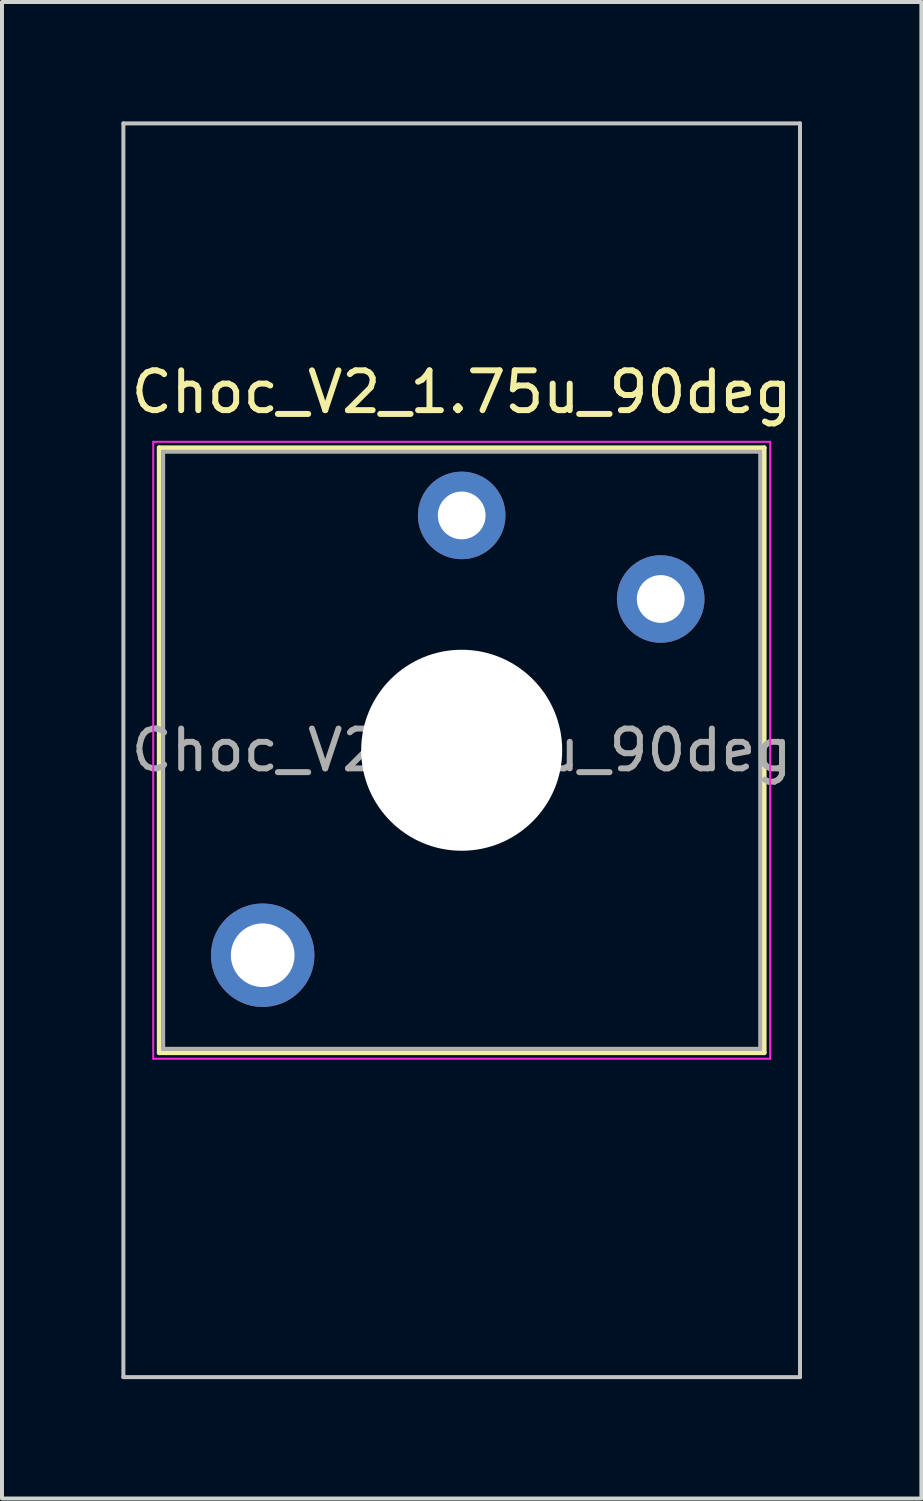
<source format=kicad_pcb>
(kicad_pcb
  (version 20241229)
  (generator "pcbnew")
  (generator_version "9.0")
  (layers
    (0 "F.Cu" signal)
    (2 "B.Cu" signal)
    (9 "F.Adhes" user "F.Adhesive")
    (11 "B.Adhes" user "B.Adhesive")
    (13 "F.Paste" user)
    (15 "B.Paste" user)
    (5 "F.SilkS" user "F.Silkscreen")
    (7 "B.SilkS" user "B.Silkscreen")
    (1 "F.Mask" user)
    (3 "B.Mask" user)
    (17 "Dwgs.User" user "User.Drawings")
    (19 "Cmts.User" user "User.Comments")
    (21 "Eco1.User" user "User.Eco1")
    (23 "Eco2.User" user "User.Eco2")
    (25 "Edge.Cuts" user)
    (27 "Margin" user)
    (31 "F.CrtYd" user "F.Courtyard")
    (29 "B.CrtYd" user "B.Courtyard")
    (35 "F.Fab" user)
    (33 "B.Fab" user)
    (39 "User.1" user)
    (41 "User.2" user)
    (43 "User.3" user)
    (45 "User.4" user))
  (footprint "Choc_V2_1.75u_90deg"
    (layer "F.Cu")
    (at 8.55 15.8)
    (property "Reference" "Choc_V2_1.75u_90deg" (at 0 -9 0) (layer "F.SilkS") (effects (font (size 1 1) (thickness 0.15))))
    (attr through_hole)
    (fp_line (start -7.6 -7.6) (end -7.6 7.6) (stroke (width 0.12) (type solid)) (layer "F.SilkS"))
    (fp_line (start -7.6 7.6) (end 7.6 7.6) (stroke (width 0.12) (type solid)) (layer "F.SilkS"))
    (fp_line (start 7.6 -7.6) (end -7.6 -7.6) (stroke (width 0.12) (type solid)) (layer "F.SilkS"))
    (fp_line (start 7.6 7.6) (end 7.6 -7.6) (stroke (width 0.12) (type solid)) (layer "F.SilkS"))
    (fp_line (start -8.5 -15.75) (end 8.5 -15.75) (stroke (width 0.1) (type solid)) (layer "Dwgs.User"))
    (fp_line (start -8.5 15.75) (end -8.5 -15.75) (stroke (width 0.1) (type solid)) (layer "Dwgs.User"))
    (fp_line (start 8.5 -15.75) (end 8.5 15.75) (stroke (width 0.1) (type solid)) (layer "Dwgs.User"))
    (fp_line (start 8.5 15.75) (end -8.5 15.75) (stroke (width 0.1) (type solid)) (layer "Dwgs.User"))
    (fp_line (start -7.25 -7.25) (end -7.25 7.25) (stroke (width 0.1) (type solid)) (layer "Eco1.User"))
    (fp_line (start -7.25 7.25) (end 7.25 7.25) (stroke (width 0.1) (type solid)) (layer "Eco1.User"))
    (fp_line (start 7.25 -7.25) (end -7.25 -7.25) (stroke (width 0.1) (type solid)) (layer "Eco1.User"))
    (fp_line (start 7.25 7.25) (end 7.25 -7.25) (stroke (width 0.1) (type solid)) (layer "Eco1.User"))
    (fp_line (start -7.75 -7.75) (end -7.75 7.75) (stroke (width 0.05) (type solid)) (layer "F.CrtYd"))
    (fp_line (start -7.75 7.75) (end 7.75 7.75) (stroke (width 0.05) (type solid)) (layer "F.CrtYd"))
    (fp_line (start 7.75 -7.75) (end -7.75 -7.75) (stroke (width 0.05) (type solid)) (layer "F.CrtYd"))
    (fp_line (start 7.75 7.75) (end 7.75 -7.75) (stroke (width 0.05) (type solid)) (layer "F.CrtYd"))
    (fp_line (start -7.5 -7.5) (end -7.5 7.5) (stroke (width 0.1) (type solid)) (layer "F.Fab"))
    (fp_line (start -7.5 7.5) (end 7.5 7.5) (stroke (width 0.1) (type solid)) (layer "F.Fab"))
    (fp_line (start 7.5 -7.5) (end -7.5 -7.5) (stroke (width 0.1) (type solid)) (layer "F.Fab"))
    (fp_line (start 7.5 7.5) (end 7.5 -7.5) (stroke (width 0.1) (type solid)) (layer "F.Fab"))
    (fp_text user "${REFERENCE}" (at 0 0 0) (layer "F.Fab") (effects (font (size 1 1) (thickness 0.15))))
    (pad "" thru_hole circle (at -5 5.15) (size 2.6 2.6) (drill 1.6) (layers "*.Cu" "*.Mask"))
    (pad "" np_thru_hole circle (at 0 0) (size 5.05 5.05) (drill 5.05) (layers "*.Cu" "*.Mask"))
    (pad "1" thru_hole circle (at 0 -5.9) (size 2.2 2.2) (drill 1.2) (layers "*.Cu" "*.Mask"))
    (pad "2" thru_hole circle (at 5 -3.8) (size 2.2 2.2) (drill 1.2) (layers "*.Cu" "*.Mask")))
  (gr_rect
    (start -3 -3)
    (end 20.1 34.6)
    (stroke (width 0.1) (type default))
    (fill no)
    (layer "Edge.Cuts")))
</source>
